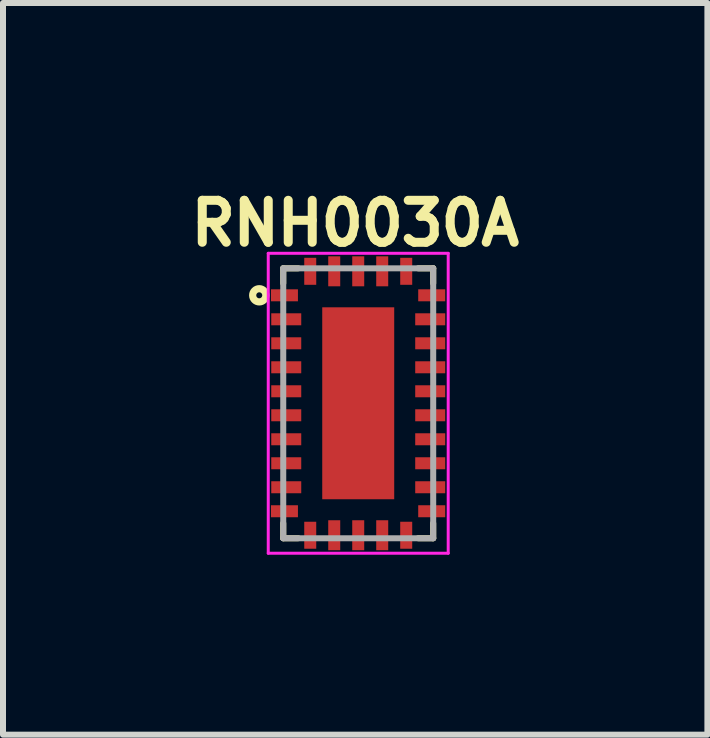
<source format=kicad_pcb>
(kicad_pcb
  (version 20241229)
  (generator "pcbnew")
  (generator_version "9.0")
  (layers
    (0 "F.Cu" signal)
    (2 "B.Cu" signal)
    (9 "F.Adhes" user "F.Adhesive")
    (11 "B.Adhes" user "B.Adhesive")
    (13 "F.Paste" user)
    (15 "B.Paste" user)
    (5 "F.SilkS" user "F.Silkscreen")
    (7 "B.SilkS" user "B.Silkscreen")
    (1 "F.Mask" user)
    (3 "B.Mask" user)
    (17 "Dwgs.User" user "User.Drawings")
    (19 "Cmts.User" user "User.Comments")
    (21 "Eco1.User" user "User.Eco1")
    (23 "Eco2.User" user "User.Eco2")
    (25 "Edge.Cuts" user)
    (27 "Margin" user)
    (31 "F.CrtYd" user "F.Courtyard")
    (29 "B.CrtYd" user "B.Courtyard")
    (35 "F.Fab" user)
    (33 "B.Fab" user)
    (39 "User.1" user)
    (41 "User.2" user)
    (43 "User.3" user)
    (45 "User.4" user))
  (footprint "RNH0030A"
    (layer "F.Cu")
    (at 2.922 3.673)
    (property "Reference" "RNH0030A" (at -0.05 -3 0) (layer "F.SilkS") (effects (font (size 0.7 0.7) (thickness 0.15))))
    (attr smd)
    (fp_line (start -1.25 -2.25) (end -1.25 -2) (stroke (width 0.1) (type solid)) (layer "F.SilkS"))
    (fp_line (start -1.25 -2.25) (end -1 -2.25) (stroke (width 0.1) (type solid)) (layer "F.SilkS"))
    (fp_line (start -1.25 2.25) (end -1.25 2) (stroke (width 0.1) (type solid)) (layer "F.SilkS"))
    (fp_line (start -1.25 2.25) (end -1 2.25) (stroke (width 0.1) (type solid)) (layer "F.SilkS"))
    (fp_line (start 1.25 -2.25) (end 1 -2.25) (stroke (width 0.1) (type solid)) (layer "F.SilkS"))
    (fp_line (start 1.25 -2.25) (end 1.25 -2) (stroke (width 0.1) (type solid)) (layer "F.SilkS"))
    (fp_line (start 1.25 2.25) (end 1 2.25) (stroke (width 0.1) (type solid)) (layer "F.SilkS"))
    (fp_line (start 1.25 2.25) (end 1.25 2) (stroke (width 0.1) (type solid)) (layer "F.SilkS"))
    (fp_circle (center -1.65 -1.8) (end -1.65 -1.75) (stroke (width 0.12) (type solid)) (fill no) (layer "F.SilkS"))
    (fp_line (start -1.5 -2.5) (end -1.5 2.5) (stroke (width 0.05) (type solid)) (layer "F.CrtYd"))
    (fp_line (start -1.5 -2.5) (end 1.5 -2.5) (stroke (width 0.05) (type solid)) (layer "F.CrtYd"))
    (fp_line (start -1.5 2.5) (end 1.5 2.5) (stroke (width 0.05) (type solid)) (layer "F.CrtYd"))
    (fp_line (start 1.5 2.5) (end 1.5 -2.5) (stroke (width 0.05) (type solid)) (layer "F.CrtYd"))
    (fp_line (start -1.25 -2.25) (end 1.25 -2.25) (stroke (width 0.1) (type solid)) (layer "F.Fab"))
    (fp_line (start -1.25 2.25) (end -1.25 -2.25) (stroke (width 0.1) (type solid)) (layer "F.Fab"))
    (fp_line (start 1.25 -2.25) (end 1.25 2.25) (stroke (width 0.1) (type solid)) (layer "F.Fab"))
    (fp_line (start 1.25 2.25) (end -1.25 2.25) (stroke (width 0.1) (type solid)) (layer "F.Fab"))
    (pad "1" smd rect (at -1.23 -1.8 90) (size 0.2 0.45) (layers "F.Cu" "F.Mask" "F.Paste"))
    (pad "2" smd rect (at -1.2 -1.4 90) (size 0.2 0.5) (layers "F.Cu" "F.Mask" "F.Paste"))
    (pad "3" smd rect (at -1.2 -1 90) (size 0.2 0.5) (layers "F.Cu" "F.Mask" "F.Paste"))
    (pad "4" smd rect (at -1.2 -0.6 90) (size 0.2 0.5) (layers "F.Cu" "F.Mask" "F.Paste"))
    (pad "5" smd rect (at -1.2 -0.2 90) (size 0.2 0.5) (layers "F.Cu" "F.Mask" "F.Paste"))
    (pad "6" smd rect (at -1.2 0.2 90) (size 0.2 0.5) (layers "F.Cu" "F.Mask" "F.Paste"))
    (pad "7" smd rect (at -1.2 0.6 90) (size 0.2 0.5) (layers "F.Cu" "F.Mask" "F.Paste"))
    (pad "8" smd rect (at -1.2 1 90) (size 0.2 0.5) (layers "F.Cu" "F.Mask" "F.Paste"))
    (pad "9" smd rect (at -1.2 1.4 90) (size 0.2 0.5) (layers "F.Cu" "F.Mask" "F.Paste"))
    (pad "10" smd rect (at -1.23 1.8 90) (size 0.2 0.45) (layers "F.Cu" "F.Mask" "F.Paste"))
    (pad "11" smd rect (at -0.8 2.2) (size 0.2 0.45) (layers "F.Cu" "F.Mask" "F.Paste"))
    (pad "12" smd rect (at -0.4 2.2) (size 0.2 0.5) (layers "F.Cu" "F.Mask" "F.Paste"))
    (pad "13" smd rect (at 0 2.2) (size 0.2 0.5) (layers "F.Cu" "F.Mask" "F.Paste"))
    (pad "14" smd rect (at 0.4 2.2) (size 0.2 0.5) (layers "F.Cu" "F.Mask" "F.Paste"))
    (pad "15" smd rect (at 0.8 2.2) (size 0.2 0.45) (layers "F.Cu" "F.Mask" "F.Paste"))
    (pad "16" smd rect (at 1.225 1.8 90) (size 0.2 0.45) (layers "F.Cu" "F.Mask" "F.Paste"))
    (pad "17" smd rect (at 1.2 1.4 90) (size 0.2 0.5) (layers "F.Cu" "F.Mask" "F.Paste"))
    (pad "18" smd rect (at 1.2 1 90) (size 0.2 0.5) (layers "F.Cu" "F.Mask" "F.Paste"))
    (pad "19" smd rect (at 1.2 0.6 90) (size 0.2 0.5) (layers "F.Cu" "F.Mask" "F.Paste"))
    (pad "20" smd rect (at 1.2 0.2 90) (size 0.2 0.5) (layers "F.Cu" "F.Mask" "F.Paste"))
    (pad "21" smd rect (at 1.2 -0.2 90) (size 0.2 0.5) (layers "F.Cu" "F.Mask" "F.Paste"))
    (pad "22" smd rect (at 1.2 -0.6 90) (size 0.2 0.5) (layers "F.Cu" "F.Mask" "F.Paste"))
    (pad "23" smd rect (at 1.2 -1 90) (size 0.2 0.5) (layers "F.Cu" "F.Mask" "F.Paste"))
    (pad "24" smd rect (at 1.2 -1.4 90) (size 0.2 0.5) (layers "F.Cu" "F.Mask" "F.Paste"))
    (pad "25" smd rect (at 1.225 -1.8 90) (size 0.2 0.45) (layers "F.Cu" "F.Mask" "F.Paste"))
    (pad "26" smd rect (at 0.8 -2.2) (size 0.2 0.45) (layers "F.Cu" "F.Mask" "F.Paste"))
    (pad "27" smd rect (at 0.4 -2.2) (size 0.2 0.5) (layers "F.Cu" "F.Mask" "F.Paste"))
    (pad "28" smd rect (at 0 -2.2) (size 0.2 0.5) (layers "F.Cu" "F.Mask" "F.Paste"))
    (pad "29" smd rect (at -0.4 -2.2) (size 0.2 0.5) (layers "F.Cu" "F.Mask" "F.Paste"))
    (pad "30" smd rect (at -0.8 -2.2) (size 0.2 0.45) (layers "F.Cu" "F.Mask" "F.Paste"))
    (pad "31" smd rect (at 0 0) (size 1.2 3.2) (layers "F.Cu" "F.Mask" "F.Paste")))
  (gr_rect
    (start -3 -3)
    (end 8.743 9.198)
    (stroke (width 0.1) (type default))
    (fill no)
    (layer "Edge.Cuts")))
</source>
